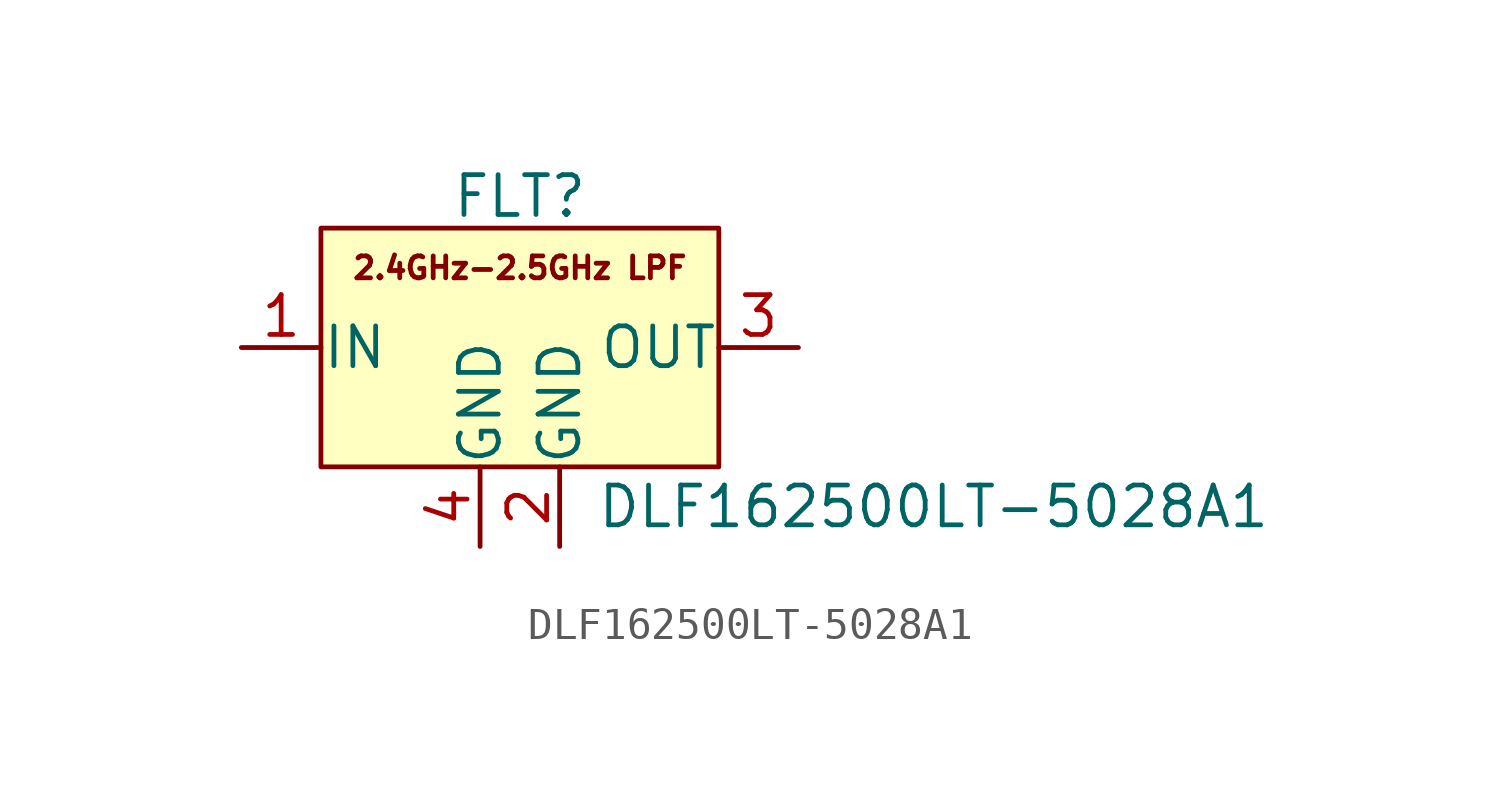
<source format=kicad_sym>
(kicad_symbol_lib
  (version 20231120)
  (generator "kicad_symbol_editor")
  (generator_version "8.0")
  (symbol "DLF162500LT-5028A1"
    (pin_names
      (offset 0.013))
    (property "Reference" "FLT"
      (at 0 4.826 0)
      (effects (font (size 1.27 1.27))))
    (property "Value" "DLF162500LT-5028A1"
      (at 13.208 -5.08 0)
      (effects (font (size 1.27 1.27))))
    (symbol "DLF162500LT-5028A1_0_0"
      (pin passive line (at -8.89 0 0) (length 2.54) (name "IN" (effects (font (size 1.27 1.27)))) (number "1" (effects (font (size 1.27 1.27)))))
      (pin passive line (at 1.27 -6.35 90) (length 2.54) (name "GND" (effects (font (size 1.27 1.27)))) (number "2" (effects (font (size 1.27 1.27)))))
      (pin passive line (at 8.89 0 180) (length 2.54) (name "OUT" (effects (font (size 1.27 1.27)))) (number "3" (effects (font (size 1.27 1.27)))))
      (pin passive line (at -1.27 -6.35 90) (length 2.54) (name "GND" (effects (font (size 1.27 1.27)))) (number "4" (effects (font (size 1.27 1.27))))))
    (symbol "DLF162500LT-5028A1_1_1"
      (rectangle (start -6.35 3.81) (end 6.35 -3.81) (stroke (width 0) (type default)) (fill (type background)))
      (text "2.4GHz-2.5GHz LPF" (at 0 2.54 0) (effects (font (size 0.7 0.7)))))))
</source>
